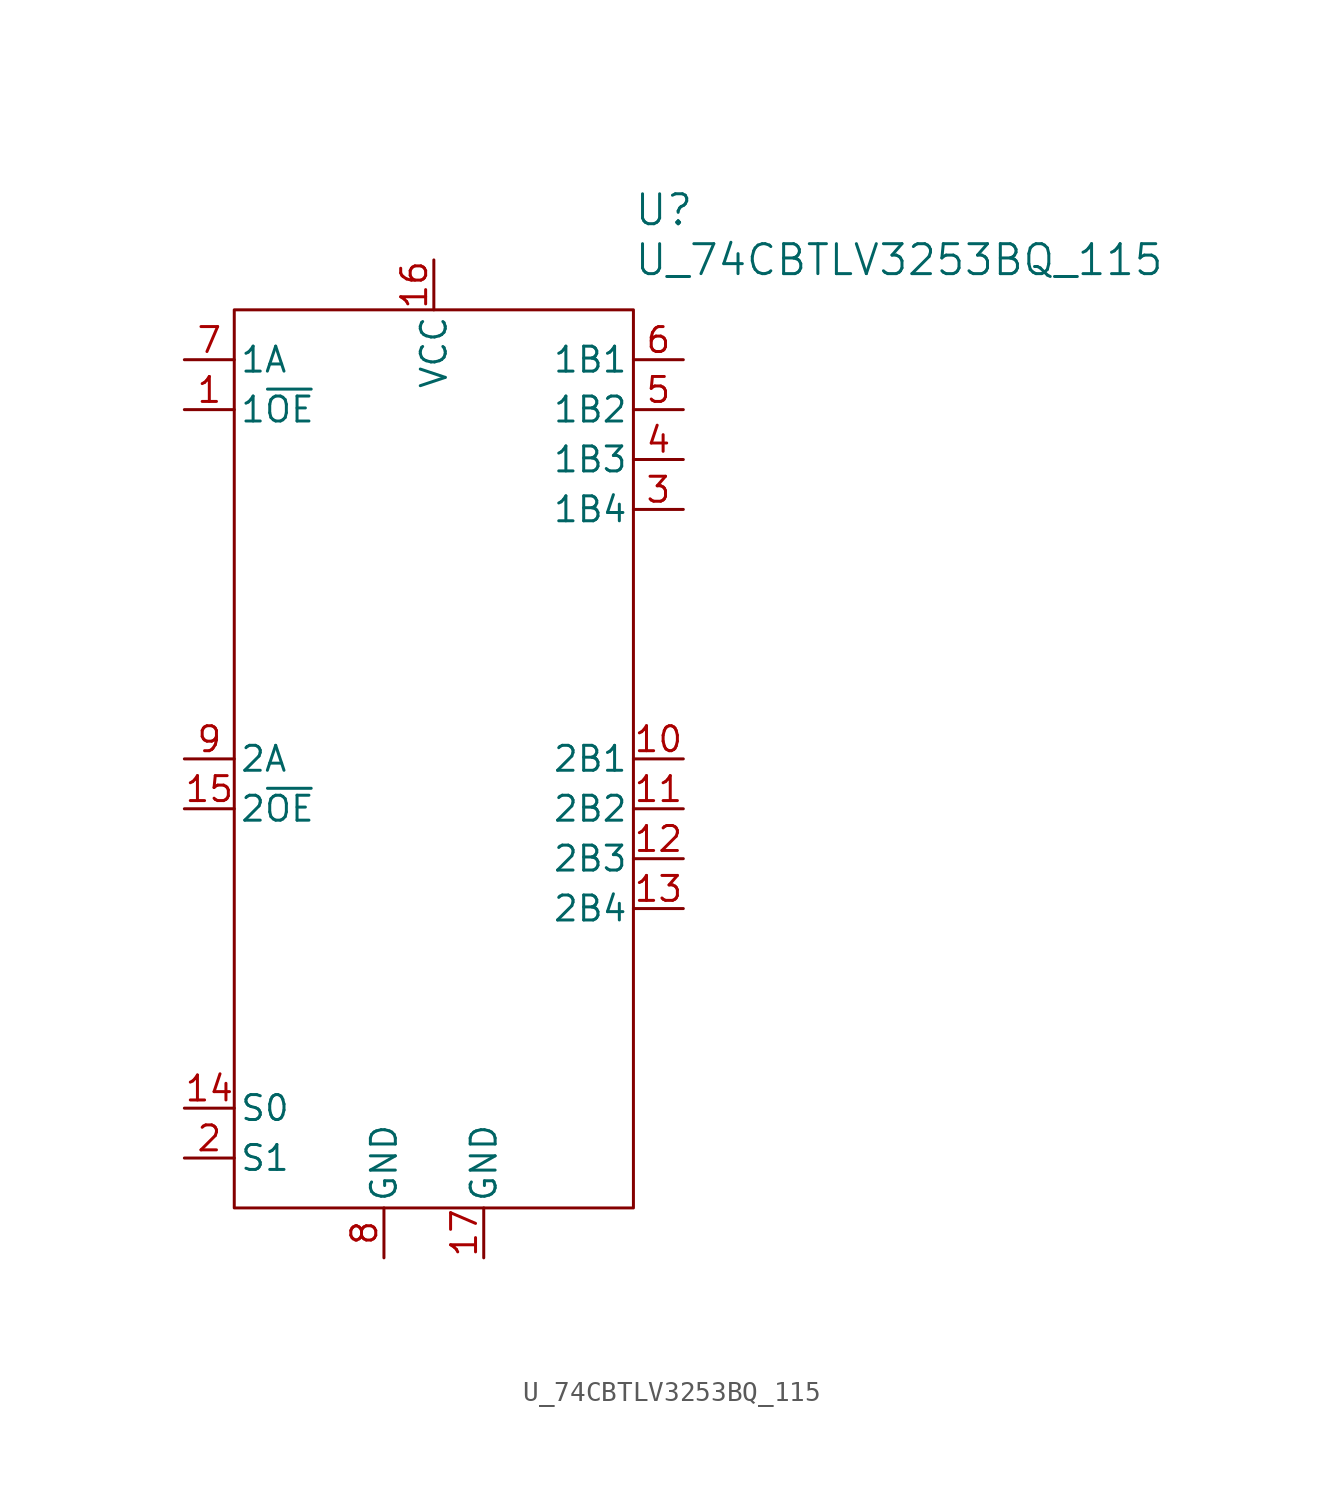
<source format=kicad_sym>
(kicad_symbol_lib
  (version 20241209)
  (generator "kicad_symbol_editor")
  (generator_version "9.0")
  (symbol "U_74CBTLV3253BQ_115"
    (pin_names
      (offset 0.254))
    (property "Reference" "U"
      (at 10.16 27.94 0)
      (effects (font (size 1.524 1.524)) (justify left)))
    (property "Value" "U_74CBTLV3253BQ_115"
      (at 10.16 25.4 0)
      (effects (font (size 1.524 1.524)) (justify left)))
    (symbol "U_74CBTLV3253BQ_115_0_1"
      (rectangle (start -10.16 22.86) (end 10.16 -22.86) (stroke (width 0) (type default)) (fill (type none)))
      (pin power_out line (at 2.54 -25.4 90) (length 2.54) (name "GND" (effects (font (size 1.27 1.27)))) (number "17" (effects (font (size 1.27 1.27))))))
    (symbol "U_74CBTLV3253BQ_115_1_1"
      (pin bidirectional line (at -12.7 20.32 0) (length 2.54) (name "1A" (effects (font (size 1.27 1.27)))) (number "7" (effects (font (size 1.27 1.27)))))
      (pin input line (at -12.7 17.78 0) (length 2.54) (name "1~{OE}" (effects (font (size 1.27 1.27)))) (number "1" (effects (font (size 1.27 1.27)))))
      (pin bidirectional line (at -12.7 0 0) (length 2.54) (name "2A" (effects (font (size 1.27 1.27)))) (number "9" (effects (font (size 1.27 1.27)))))
      (pin input line (at -12.7 -2.54 0) (length 2.54) (name "2~{OE}" (effects (font (size 1.27 1.27)))) (number "15" (effects (font (size 1.27 1.27)))))
      (pin bidirectional line (at -12.7 -17.78 0) (length 2.54) (name "S0" (effects (font (size 1.27 1.27)))) (number "14" (effects (font (size 1.27 1.27)))))
      (pin bidirectional line (at -12.7 -20.32 0) (length 2.54) (name "S1" (effects (font (size 1.27 1.27)))) (number "2" (effects (font (size 1.27 1.27)))))
      (pin power_out line (at -2.54 -25.4 90) (length 2.54) (name "GND" (effects (font (size 1.27 1.27)))) (number "8" (effects (font (size 1.27 1.27)))))
      (pin power_in line (at 0 25.4 270) (length 2.54) (name "VCC" (effects (font (size 1.27 1.27)))) (number "16" (effects (font (size 1.27 1.27)))))
      (pin bidirectional line (at 12.7 20.32 180) (length 2.54) (name "1B1" (effects (font (size 1.27 1.27)))) (number "6" (effects (font (size 1.27 1.27)))))
      (pin bidirectional line (at 12.7 17.78 180) (length 2.54) (name "1B2" (effects (font (size 1.27 1.27)))) (number "5" (effects (font (size 1.27 1.27)))))
      (pin bidirectional line (at 12.7 15.24 180) (length 2.54) (name "1B3" (effects (font (size 1.27 1.27)))) (number "4" (effects (font (size 1.27 1.27)))))
      (pin bidirectional line (at 12.7 12.7 180) (length 2.54) (name "1B4" (effects (font (size 1.27 1.27)))) (number "3" (effects (font (size 1.27 1.27)))))
      (pin bidirectional line (at 12.7 0 180) (length 2.54) (name "2B1" (effects (font (size 1.27 1.27)))) (number "10" (effects (font (size 1.27 1.27)))))
      (pin bidirectional line (at 12.7 -2.54 180) (length 2.54) (name "2B2" (effects (font (size 1.27 1.27)))) (number "11" (effects (font (size 1.27 1.27)))))
      (pin bidirectional line (at 12.7 -5.08 180) (length 2.54) (name "2B3" (effects (font (size 1.27 1.27)))) (number "12" (effects (font (size 1.27 1.27)))))
      (pin bidirectional line (at 12.7 -7.62 180) (length 2.54) (name "2B4" (effects (font (size 1.27 1.27)))) (number "13" (effects (font (size 1.27 1.27))))))))
</source>
